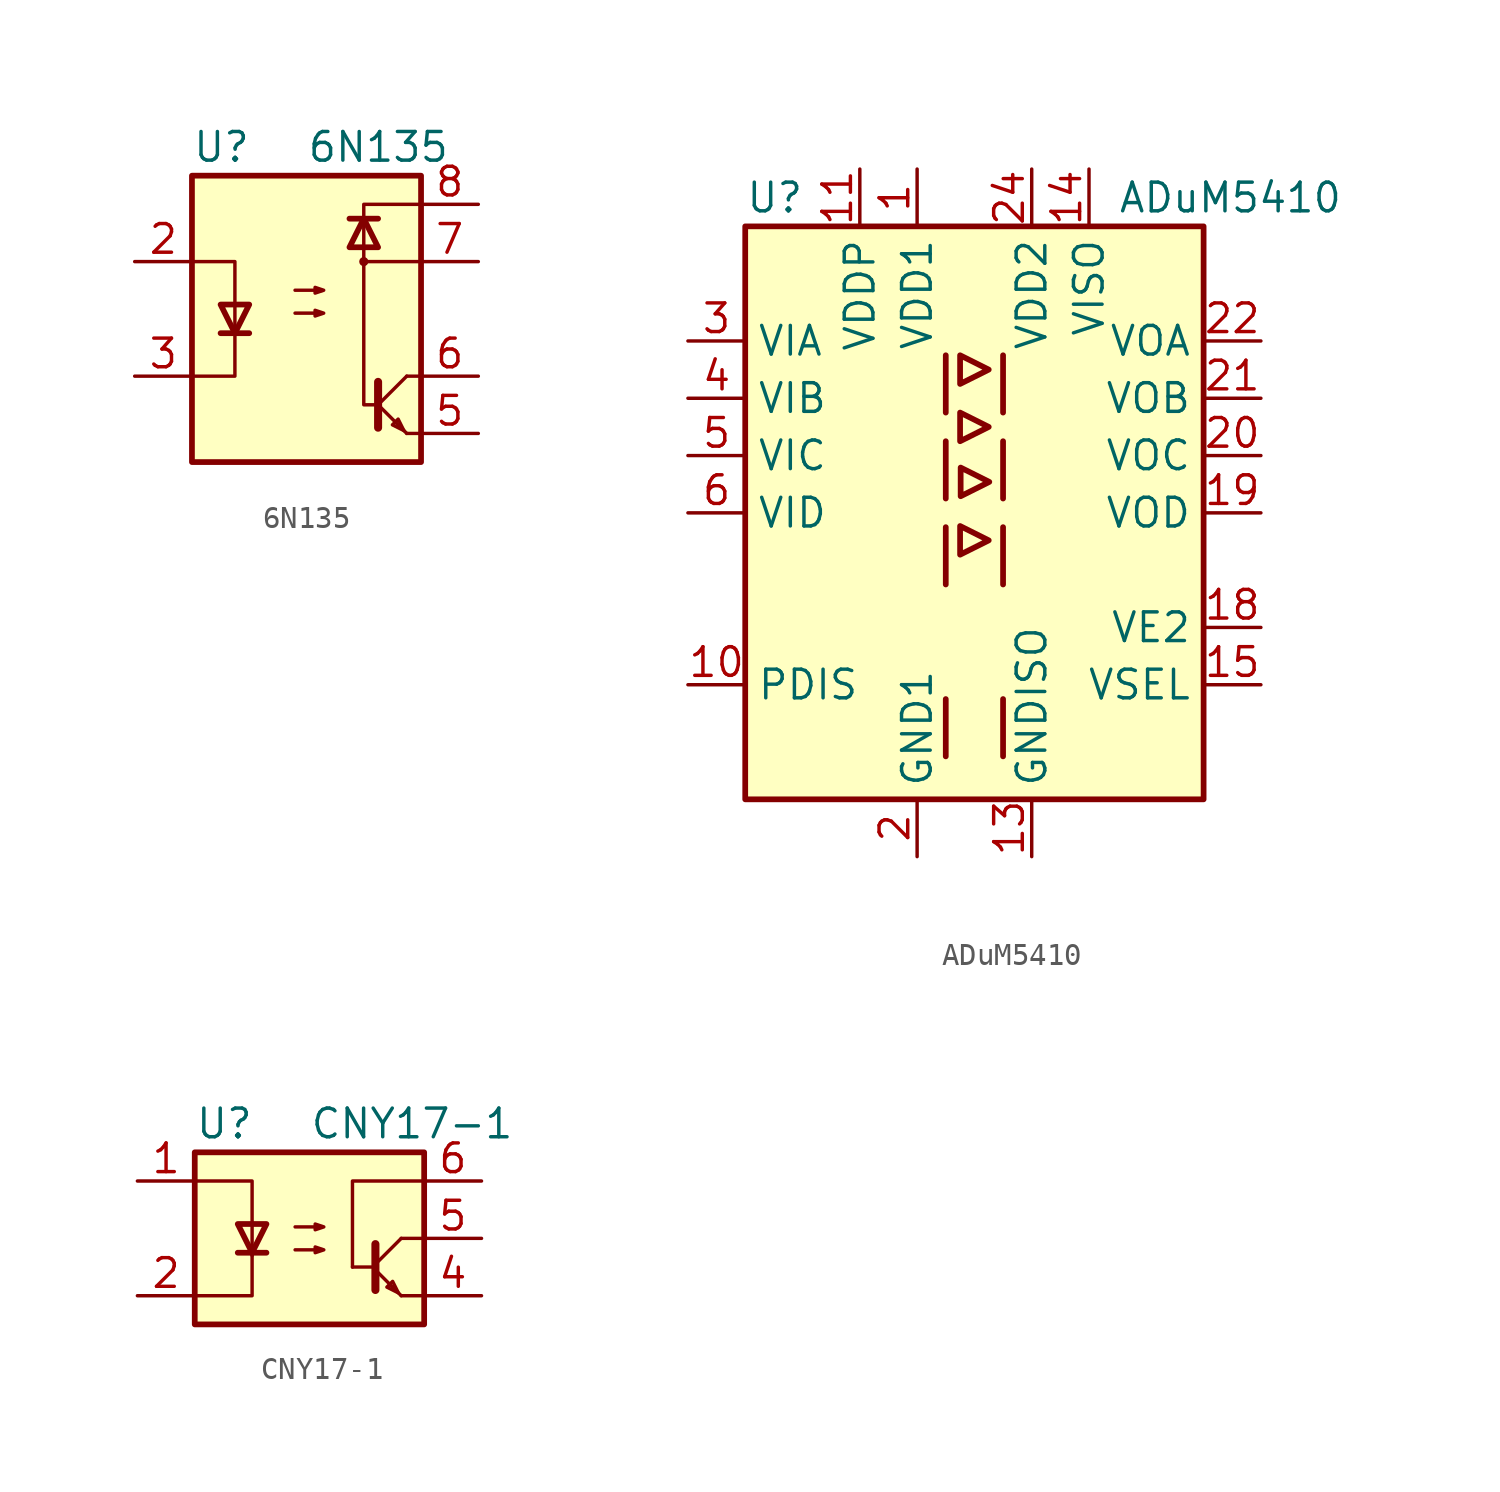
<source format=kicad_sym>
(kicad_symbol_lib
  (version 20200908)
  (generator kicad_symbol_editor)
  (symbol "Isolator:6N135"
    (pin_names
      (offset 1.016))
    (property "Reference" "U"
      (at -5.08 7.62 0)
      (effects (font (size 1.27 1.27)) (justify left)))
    (property "Value" "6N135"
      (at 0 7.62 0)
      (effects (font (size 1.27 1.27)) (justify left)))
    (symbol "6N135_0_1"
      (circle (center 2.54 2.54) (radius 0.127) (stroke (width 0)) (fill (type none)))
      (rectangle (start -5.08 6.35) (end 5.08 -6.35) (stroke (width 0.254)) (fill (type background)))
      (polyline (pts (xy -3.81 -0.635) (xy -2.54 -0.635)) (stroke (width 0.254)) (fill (type none)))
      (polyline (pts (xy 1.905 4.445) (xy 3.175 4.445)) (stroke (width 0.254)) (fill (type none)))
      (polyline (pts (xy 3.175 -2.794) (xy 3.175 -4.826)) (stroke (width 0.356)) (fill (type none)))
      (polyline (pts (xy 3.302 -3.937) (xy 4.445 -5.08)) (stroke (width 0)) (fill (type none)))
      (polyline (pts (xy 3.302 -3.683) (xy 4.445 -2.54)) (stroke (width 0)) (fill (type none)))
      (polyline (pts (xy 5.08 -5.08) (xy 4.445 -5.08)) (stroke (width 0)) (fill (type none)))
      (polyline (pts (xy 5.08 -2.54) (xy 4.445 -2.54)) (stroke (width 0)) (fill (type none)))
      (polyline (pts (xy 5.08 2.54) (xy 2.54 2.54)) (stroke (width 0)) (fill (type none)))
      (polyline (pts (xy -5.08 2.54) (xy -3.175 2.54) (xy -3.175 -2.54) (xy -5.08 -2.54)) (stroke (width 0)) (fill (type none)))
      (polyline (pts (xy -3.175 -0.635) (xy -3.81 0.635) (xy -2.54 0.635) (xy -3.175 -0.635)) (stroke (width 0.254)) (fill (type none)))
      (polyline (pts (xy 2.54 4.445) (xy 1.905 3.175) (xy 3.175 3.175) (xy 2.54 4.445)) (stroke (width 0.254)) (fill (type none)))
      (polyline (pts (xy 4.318 -4.953) (xy 4.064 -4.445) (xy 3.81 -4.699) (xy 4.318 -4.953)) (stroke (width 0)) (fill (type none)))
      (polyline (pts (xy 5.08 5.08) (xy 2.54 5.08) (xy 2.54 -3.81) (xy 3.175 -3.81)) (stroke (width 0)) (fill (type none)))
      (polyline (pts (xy -0.508 0.254) (xy 0.762 0.254) (xy 0.381 0.127) (xy 0.381 0.381) (xy 0.762 0.254)) (stroke (width 0)) (fill (type none)))
      (polyline (pts (xy -0.508 1.27) (xy 0.762 1.27) (xy 0.381 1.143) (xy 0.381 1.397) (xy 0.762 1.27)) (stroke (width 0)) (fill (type none))))
    (symbol "6N135_1_1"
      (pin unconnected line (at -5.08 5.08 0) (length 2.54) hide (name "NC" (effects (font (size 1.27 1.27)))) (number "1" (effects (font (size 1.27 1.27)))))
      (pin passive line (at -7.62 2.54 0) (length 2.54) (name "~" (effects (font (size 1.27 1.27)))) (number "2" (effects (font (size 1.27 1.27)))))
      (pin passive line (at -7.62 -2.54 0) (length 2.54) (name "~" (effects (font (size 1.27 1.27)))) (number "3" (effects (font (size 1.27 1.27)))))
      (pin unconnected line (at -5.08 -5.08 0) (length 2.54) hide (name "NC" (effects (font (size 1.27 1.27)))) (number "4" (effects (font (size 1.27 1.27)))))
      (pin passive line (at 7.62 -5.08 180) (length 2.54) (name "~" (effects (font (size 1.27 1.27)))) (number "5" (effects (font (size 1.27 1.27)))))
      (pin passive line (at 7.62 -2.54 180) (length 2.54) (name "~" (effects (font (size 1.27 1.27)))) (number "6" (effects (font (size 1.27 1.27)))))
      (pin passive line (at 7.62 2.54 180) (length 2.54) (name "~" (effects (font (size 1.27 1.27)))) (number "7" (effects (font (size 1.27 1.27)))))
      (pin passive line (at 7.62 5.08 180) (length 2.54) (name "~" (effects (font (size 1.27 1.27)))) (number "8" (effects (font (size 1.27 1.27)))))))
  (symbol "Isolator:ADuM5410"
    (property "Reference" "U"
      (at -10.16 13.97 0)
      (effects (font (size 1.27 1.27)) (justify left)))
    (property "Value" "ADuM5410"
      (at 6.35 13.97 0)
      (effects (font (size 1.27 1.27)) (justify left)))
    (symbol "ADuM5410_0_1"
      (rectangle (start -10.16 12.7) (end 10.16 -12.7) (stroke (width 0.254)) (fill (type background)))
      (polyline (pts (xy -1.27 -8.255) (xy -1.27 -10.795)) (stroke (width 0.254)) (fill (type none)))
      (polyline (pts (xy -1.27 -0.635) (xy -1.27 -3.175)) (stroke (width 0.254)) (fill (type none)))
      (polyline (pts (xy -1.27 3.175) (xy -1.27 0.635)) (stroke (width 0.254)) (fill (type none)))
      (polyline (pts (xy -1.27 6.985) (xy -1.27 4.445)) (stroke (width 0.254)) (fill (type none)))
      (polyline (pts (xy 1.27 -8.255) (xy 1.27 -10.795)) (stroke (width 0.254)) (fill (type none)))
      (polyline (pts (xy 1.27 -0.635) (xy 1.27 -3.175)) (stroke (width 0.254)) (fill (type none)))
      (polyline (pts (xy 1.27 3.175) (xy 1.27 0.635)) (stroke (width 0.254)) (fill (type none)))
      (polyline (pts (xy 1.27 6.985) (xy 1.27 4.445)) (stroke (width 0.254)) (fill (type none)))
      (polyline (pts (xy -0.635 -1.854) (xy -0.635 -0.584) (xy 0.635 -1.219) (xy -0.635 -1.854)) (stroke (width 0.254)) (fill (type none)))
      (polyline (pts (xy -0.635 4.445) (xy -0.635 3.175) (xy 0.635 3.81) (xy -0.635 4.445)) (stroke (width 0.254)) (fill (type none)))
      (polyline (pts (xy -0.635 5.715) (xy 0.635 6.35) (xy -0.635 6.985) (xy -0.635 5.715)) (stroke (width 0.254)) (fill (type none)))
      (polyline (pts (xy -0.61 2.007) (xy 0.66 1.372) (xy -0.61 0.737) (xy -0.61 2.007)) (stroke (width 0.254)) (fill (type none))))
    (symbol "ADuM5410_1_1"
      (pin power_in line (at -2.54 15.24 270) (length 2.54) (name "VDD1" (effects (font (size 1.27 1.27)))) (number "1" (effects (font (size 1.27 1.27)))))
      (pin input line (at -12.7 -7.62 0) (length 2.54) (name "PDIS" (effects (font (size 1.27 1.27)))) (number "10" (effects (font (size 1.27 1.27)))))
      (pin power_in line (at -5.08 15.24 270) (length 2.54) (name "VDDP" (effects (font (size 1.27 1.27)))) (number "11" (effects (font (size 1.27 1.27)))))
      (pin passive line (at -2.54 -15.24 90) (length 2.54) hide (name "GND1" (effects (font (size 1.27 1.27)))) (number "12" (effects (font (size 1.27 1.27)))))
      (pin power_in line (at 2.54 -15.24 90) (length 2.54) (name "GNDISO" (effects (font (size 1.27 1.27)))) (number "13" (effects (font (size 1.27 1.27)))))
      (pin power_out line (at 5.08 15.24 270) (length 2.54) (name "VISO" (effects (font (size 1.27 1.27)))) (number "14" (effects (font (size 1.27 1.27)))))
      (pin input line (at 12.7 -7.62 180) (length 2.54) (name "VSEL" (effects (font (size 1.27 1.27)))) (number "15" (effects (font (size 1.27 1.27)))))
      (pin passive line (at 2.54 -15.24 90) (length 2.54) hide (name "GNDISO" (effects (font (size 1.27 1.27)))) (number "16" (effects (font (size 1.27 1.27)))))
      (pin unconnected line (at 10.16 -2.54 180) (length 2.54) hide (name "NC" (effects (font (size 1.27 1.27)))) (number "17" (effects (font (size 1.27 1.27)))))
      (pin input line (at 12.7 -5.08 180) (length 2.54) (name "VE2" (effects (font (size 1.27 1.27)))) (number "18" (effects (font (size 1.27 1.27)))))
      (pin output line (at 12.7 0 180) (length 2.54) (name "VOD" (effects (font (size 1.27 1.27)))) (number "19" (effects (font (size 1.27 1.27)))))
      (pin power_in line (at -2.54 -15.24 90) (length 2.54) (name "GND1" (effects (font (size 1.27 1.27)))) (number "2" (effects (font (size 1.27 1.27)))))
      (pin output line (at 12.7 2.54 180) (length 2.54) (name "VOC" (effects (font (size 1.27 1.27)))) (number "20" (effects (font (size 1.27 1.27)))))
      (pin output line (at 12.7 5.08 180) (length 2.54) (name "VOB" (effects (font (size 1.27 1.27)))) (number "21" (effects (font (size 1.27 1.27)))))
      (pin output line (at 12.7 7.62 180) (length 2.54) (name "VOA" (effects (font (size 1.27 1.27)))) (number "22" (effects (font (size 1.27 1.27)))))
      (pin passive line (at 2.54 -15.24 90) (length 2.54) hide (name "GNDISO" (effects (font (size 1.27 1.27)))) (number "23" (effects (font (size 1.27 1.27)))))
      (pin power_in line (at 2.54 15.24 270) (length 2.54) (name "VDD2" (effects (font (size 1.27 1.27)))) (number "24" (effects (font (size 1.27 1.27)))))
      (pin input line (at -12.7 7.62 0) (length 2.54) (name "VIA" (effects (font (size 1.27 1.27)))) (number "3" (effects (font (size 1.27 1.27)))))
      (pin input line (at -12.7 5.08 0) (length 2.54) (name "VIB" (effects (font (size 1.27 1.27)))) (number "4" (effects (font (size 1.27 1.27)))))
      (pin input line (at -12.7 2.54 0) (length 2.54) (name "VIC" (effects (font (size 1.27 1.27)))) (number "5" (effects (font (size 1.27 1.27)))))
      (pin input line (at -12.7 0 0) (length 2.54) (name "VID" (effects (font (size 1.27 1.27)))) (number "6" (effects (font (size 1.27 1.27)))))
      (pin unconnected line (at -10.16 -5.08 0) (length 2.54) hide (name "NC" (effects (font (size 1.27 1.27)))) (number "7" (effects (font (size 1.27 1.27)))))
      (pin unconnected line (at -10.16 -2.54 0) (length 2.54) hide (name "NC" (effects (font (size 1.27 1.27)))) (number "8" (effects (font (size 1.27 1.27)))))
      (pin passive line (at -2.54 -15.24 90) (length 2.54) hide (name "GND1" (effects (font (size 1.27 1.27)))) (number "9" (effects (font (size 1.27 1.27)))))))
  (symbol "Isolator:CNY17-1"
    (pin_names
      (offset 1.016))
    (property "Reference" "U"
      (at -5.08 5.08 0)
      (effects (font (size 1.27 1.27)) (justify left)))
    (property "Value" "CNY17-1"
      (at 0 5.08 0)
      (effects (font (size 1.27 1.27)) (justify left)))
    (symbol "CNY17-1_0_1"
      (rectangle (start -5.08 3.81) (end 5.08 -3.81) (stroke (width 0.254)) (fill (type background)))
      (polyline (pts (xy -3.175 -0.635) (xy -1.905 -0.635)) (stroke (width 0.254)) (fill (type none)))
      (polyline (pts (xy 2.921 -1.397) (xy 4.064 -2.54)) (stroke (width 0)) (fill (type none)))
      (polyline (pts (xy 2.921 -1.27) (xy 1.905 -1.27)) (stroke (width 0)) (fill (type none)))
      (polyline (pts (xy 2.921 -1.143) (xy 4.064 0)) (stroke (width 0)) (fill (type none)))
      (polyline (pts (xy 4.064 -2.54) (xy 5.08 -2.54)) (stroke (width 0)) (fill (type none)))
      (polyline (pts (xy 5.08 0) (xy 4.064 0)) (stroke (width 0)) (fill (type none)))
      (polyline (pts (xy -5.08 2.54) (xy -2.54 2.54) (xy -2.54 -0.762)) (stroke (width 0)) (fill (type none)))
      (polyline (pts (xy -2.54 -0.635) (xy -2.54 -2.54) (xy -5.08 -2.54)) (stroke (width 0)) (fill (type none)))
      (polyline (pts (xy 1.905 -1.27) (xy 1.905 2.54) (xy 5.08 2.54)) (stroke (width 0)) (fill (type none)))
      (polyline (pts (xy 2.921 -0.254) (xy 2.921 -2.286) (xy 2.921 -2.286)) (stroke (width 0.356)) (fill (type none)))
      (polyline (pts (xy -2.54 -0.635) (xy -3.175 0.635) (xy -1.905 0.635) (xy -2.54 -0.635)) (stroke (width 0.254)) (fill (type none)))
      (polyline (pts (xy 3.937 -2.413) (xy 3.683 -1.905) (xy 3.429 -2.159) (xy 3.937 -2.413)) (stroke (width 0)) (fill (type none)))
      (polyline (pts (xy -0.635 -0.508) (xy 0.635 -0.508) (xy 0.254 -0.635) (xy 0.254 -0.381) (xy 0.635 -0.508)) (stroke (width 0)) (fill (type none)))
      (polyline (pts (xy -0.635 0.508) (xy 0.635 0.508) (xy 0.254 0.381) (xy 0.254 0.635) (xy 0.635 0.508)) (stroke (width 0)) (fill (type none))))
    (symbol "CNY17-1_1_1"
      (pin passive line (at -7.62 2.54 0) (length 2.54) (name "~" (effects (font (size 1.27 1.27)))) (number "1" (effects (font (size 1.27 1.27)))))
      (pin passive line (at -7.62 -2.54 0) (length 2.54) (name "~" (effects (font (size 1.27 1.27)))) (number "2" (effects (font (size 1.27 1.27)))))
      (pin unconnected line (at -5.08 0 0) (length 2.54) hide (name "NC" (effects (font (size 1.27 1.27)))) (number "3" (effects (font (size 1.27 1.27)))))
      (pin passive line (at 7.62 -2.54 180) (length 2.54) (name "~" (effects (font (size 1.27 1.27)))) (number "4" (effects (font (size 1.27 1.27)))))
      (pin passive line (at 7.62 0 180) (length 2.54) (name "~" (effects (font (size 1.27 1.27)))) (number "5" (effects (font (size 1.27 1.27)))))
      (pin passive line (at 7.62 2.54 180) (length 2.54) (name "~" (effects (font (size 1.27 1.27)))) (number "6" (effects (font (size 1.27 1.27))))))))
</source>
